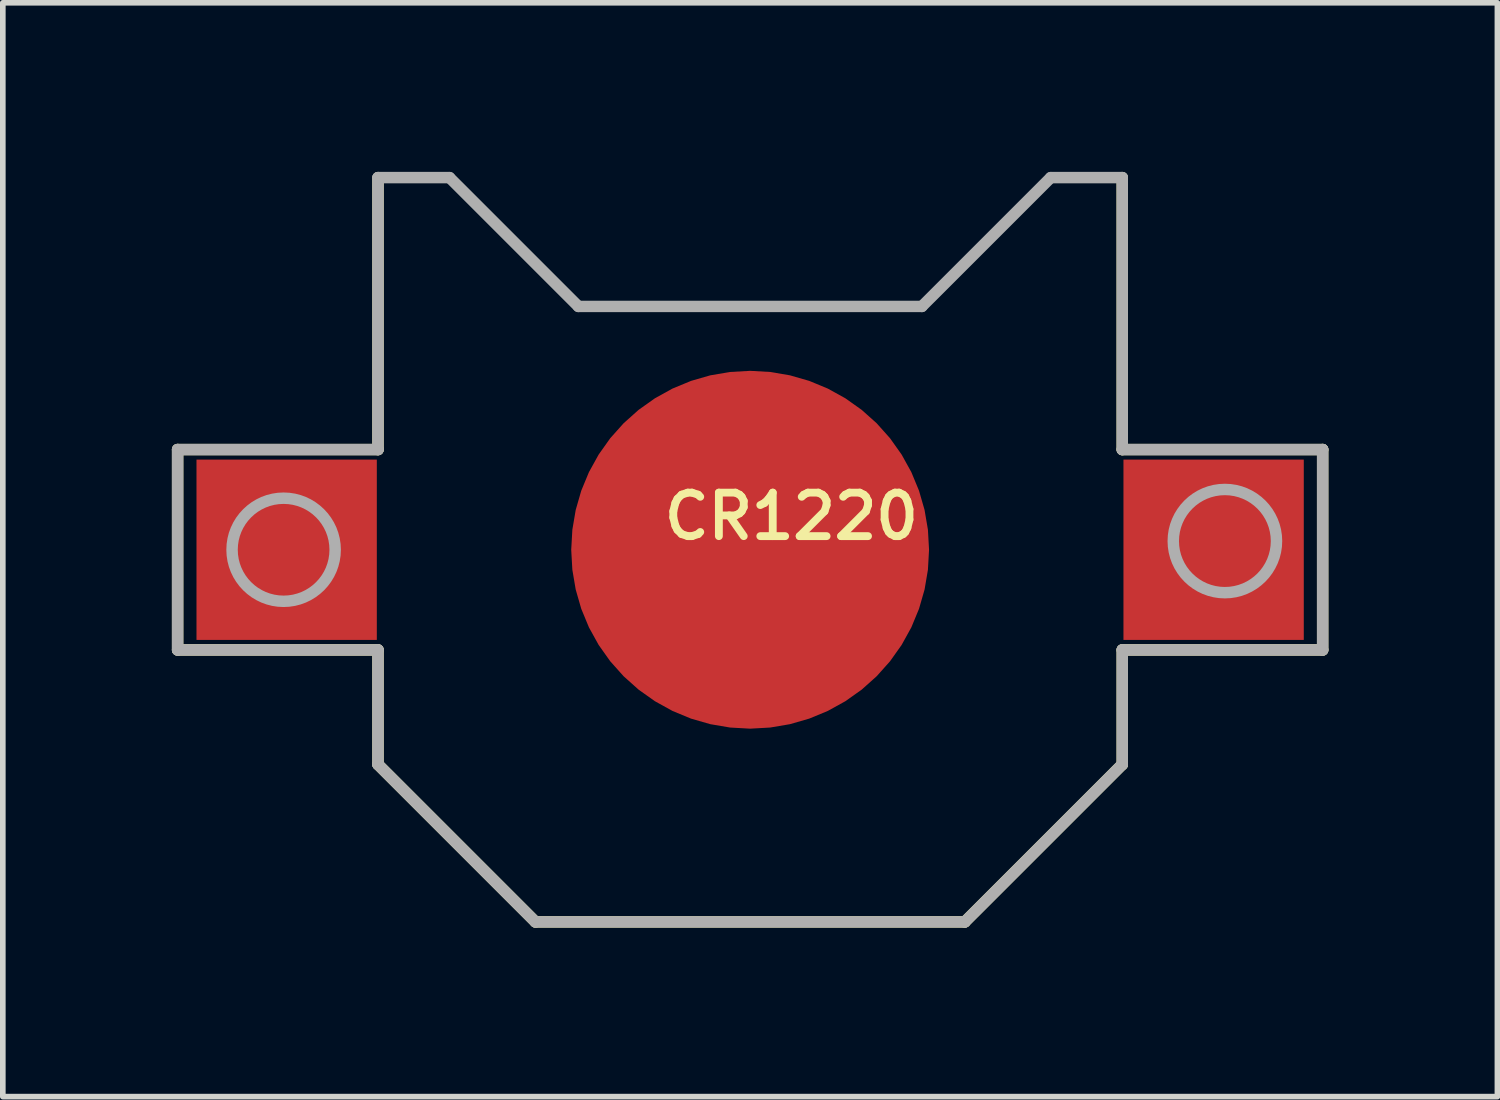
<source format=kicad_pcb>
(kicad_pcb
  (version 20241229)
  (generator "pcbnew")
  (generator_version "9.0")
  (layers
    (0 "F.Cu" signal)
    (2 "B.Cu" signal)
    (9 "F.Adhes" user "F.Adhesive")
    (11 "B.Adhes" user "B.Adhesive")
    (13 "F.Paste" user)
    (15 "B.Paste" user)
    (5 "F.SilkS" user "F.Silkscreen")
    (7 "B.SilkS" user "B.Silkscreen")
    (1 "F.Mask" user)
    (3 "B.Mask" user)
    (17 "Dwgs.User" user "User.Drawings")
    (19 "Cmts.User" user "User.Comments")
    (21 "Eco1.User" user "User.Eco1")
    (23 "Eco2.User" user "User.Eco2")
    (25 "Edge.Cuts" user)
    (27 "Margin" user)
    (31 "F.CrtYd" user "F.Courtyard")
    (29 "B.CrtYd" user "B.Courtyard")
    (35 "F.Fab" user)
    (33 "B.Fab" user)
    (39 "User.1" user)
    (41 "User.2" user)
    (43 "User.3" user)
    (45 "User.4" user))
  (footprint "CR1220"
    (layer "F.Cu")
    (at 10.262 6.706)
    (property "Reference" "CR1220" (at -1.602 -0.14 180) (layer "F.SilkS") (effects (font (size 0.772 0.772) (thickness 0.139)) (justify left bottom)))
    (attr through_hole)
    (fp_circle (center 0 0) (end 3.141 0) (stroke (width 6.282) (type solid)) (fill no) (layer "F.Mask"))
    (fp_line (start -10.16 -1.778) (end -10.16 1.778) (stroke (width 0.203) (type solid)) (layer "F.SilkS"))
    (fp_line (start -10.16 1.778) (end -6.604 1.778) (stroke (width 0.203) (type solid)) (layer "F.SilkS"))
    (fp_line (start -6.604 -6.604) (end -6.604 -1.778) (stroke (width 0.203) (type solid)) (layer "F.SilkS"))
    (fp_line (start -6.604 -1.778) (end -10.16 -1.778) (stroke (width 0.203) (type solid)) (layer "F.SilkS"))
    (fp_line (start -6.604 1.778) (end -6.604 3.81) (stroke (width 0.203) (type solid)) (layer "F.SilkS"))
    (fp_line (start -6.604 3.81) (end -3.81 6.604) (stroke (width 0.203) (type solid)) (layer "F.SilkS"))
    (fp_line (start -3.81 6.604) (end 3.81 6.604) (stroke (width 0.203) (type solid)) (layer "F.SilkS"))
    (fp_line (start 3.81 6.604) (end 6.604 3.81) (stroke (width 0.203) (type solid)) (layer "F.SilkS"))
    (fp_line (start 6.604 -1.778) (end 6.604 -6.604) (stroke (width 0.203) (type solid)) (layer "F.SilkS"))
    (fp_line (start 6.604 1.778) (end 10.16 1.778) (stroke (width 0.203) (type solid)) (layer "F.SilkS"))
    (fp_line (start 6.604 3.81) (end 6.604 1.778) (stroke (width 0.203) (type solid)) (layer "F.SilkS"))
    (fp_line (start 10.16 -1.778) (end 6.604 -1.778) (stroke (width 0.203) (type solid)) (layer "F.SilkS"))
    (fp_line (start 10.16 1.778) (end 10.16 -1.778) (stroke (width 0.203) (type solid)) (layer "F.SilkS"))
    (fp_line (start -10.16 -1.778) (end -10.16 1.778) (stroke (width 0.203) (type solid)) (layer "F.Fab"))
    (fp_line (start -10.16 1.778) (end -6.604 1.778) (stroke (width 0.203) (type solid)) (layer "F.Fab"))
    (fp_line (start -6.604 -6.604) (end -6.604 -1.778) (stroke (width 0.203) (type solid)) (layer "F.Fab"))
    (fp_line (start -6.604 -1.778) (end -10.16 -1.778) (stroke (width 0.203) (type solid)) (layer "F.Fab"))
    (fp_line (start -6.604 1.778) (end -6.604 3.81) (stroke (width 0.203) (type solid)) (layer "F.Fab"))
    (fp_line (start -6.604 3.81) (end -3.81 6.604) (stroke (width 0.203) (type solid)) (layer "F.Fab"))
    (fp_line (start -5.334 -6.604) (end -6.604 -6.604) (stroke (width 0.203) (type solid)) (layer "F.Fab"))
    (fp_line (start -3.81 6.604) (end 3.81 6.604) (stroke (width 0.203) (type solid)) (layer "F.Fab"))
    (fp_line (start -3.048 -4.318) (end -5.334 -6.604) (stroke (width 0.203) (type solid)) (layer "F.Fab"))
    (fp_line (start 3.048 -4.318) (end -3.048 -4.318) (stroke (width 0.203) (type solid)) (layer "F.Fab"))
    (fp_line (start 3.81 6.604) (end 6.604 3.81) (stroke (width 0.203) (type solid)) (layer "F.Fab"))
    (fp_line (start 5.334 -6.604) (end 3.048 -4.318) (stroke (width 0.203) (type solid)) (layer "F.Fab"))
    (fp_line (start 6.604 -6.604) (end 5.334 -6.604) (stroke (width 0.203) (type solid)) (layer "F.Fab"))
    (fp_line (start 6.604 -1.778) (end 6.604 -6.604) (stroke (width 0.203) (type solid)) (layer "F.Fab"))
    (fp_line (start 6.604 1.778) (end 10.16 1.778) (stroke (width 0.203) (type solid)) (layer "F.Fab"))
    (fp_line (start 6.604 3.81) (end 6.604 1.778) (stroke (width 0.203) (type solid)) (layer "F.Fab"))
    (fp_line (start 10.16 -1.778) (end 6.604 -1.778) (stroke (width 0.203) (type solid)) (layer "F.Fab"))
    (fp_line (start 10.16 1.778) (end 10.16 -1.778) (stroke (width 0.203) (type solid)) (layer "F.Fab"))
    (fp_circle (center -8.279 0) (end -7.364 0) (stroke (width 0.203) (type solid)) (fill no) (layer "F.Fab"))
    (fp_circle (center 8.425 -0.154) (end 9.341 -0.154) (stroke (width 0.203) (type solid)) (fill no) (layer "F.Fab"))
    (pad "1" smd rect (at -8.225 0) (size 3.2 3.2) (layers "F.Cu" "F.Mask" "F.Paste"))
    (pad "1" smd rect (at 8.225 0) (size 3.2 3.2) (layers "F.Cu" "F.Mask" "F.Paste"))
    (pad "2" smd roundrect (at 0 0) (size 6.35 6.35) (layers "F.Cu" "F.Mask") (roundrect_rratio 0.5)))
  (gr_rect
    (start -3 -3)
    (end 23.523 16.411)
    (stroke (width 0.1) (type default))
    (fill no)
    (layer "Edge.Cuts")))
</source>
